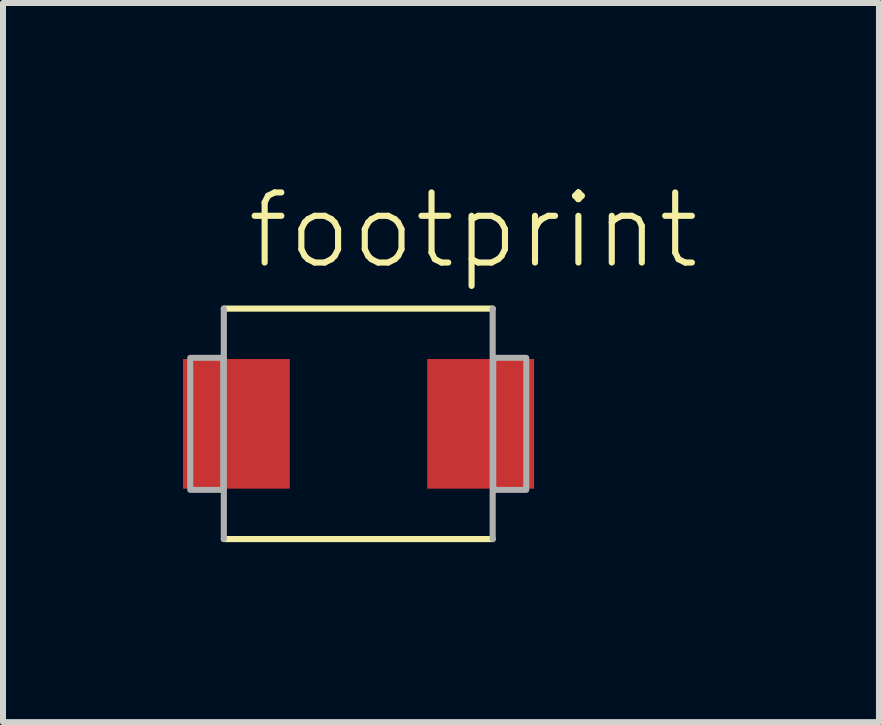
<source format=kicad_pcb>
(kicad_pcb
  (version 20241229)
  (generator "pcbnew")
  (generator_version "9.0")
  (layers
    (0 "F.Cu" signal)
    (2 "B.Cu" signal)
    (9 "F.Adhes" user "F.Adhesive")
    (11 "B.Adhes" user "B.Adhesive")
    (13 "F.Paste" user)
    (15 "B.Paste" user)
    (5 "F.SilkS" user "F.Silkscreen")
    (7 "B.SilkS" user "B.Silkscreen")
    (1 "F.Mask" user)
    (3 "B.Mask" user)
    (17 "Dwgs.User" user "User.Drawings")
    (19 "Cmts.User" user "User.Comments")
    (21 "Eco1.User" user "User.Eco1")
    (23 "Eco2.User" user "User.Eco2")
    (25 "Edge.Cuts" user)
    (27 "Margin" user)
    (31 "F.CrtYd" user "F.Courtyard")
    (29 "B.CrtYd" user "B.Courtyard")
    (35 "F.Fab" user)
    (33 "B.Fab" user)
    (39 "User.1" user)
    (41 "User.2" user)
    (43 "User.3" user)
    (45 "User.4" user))
  (footprint "footprint"
    (layer "F.Cu")
    (at 2.92 4.013)
    (property "Reference" "footprint" (at -1.905 -2.54 0) (layer "F.SilkS") (effects (font (size 1.168 1.168) (thickness 0.102)) (justify left bottom)))
    (fp_line (start -2.24 -1.92) (end 2.24 -1.92) (stroke (width 0.102) (type solid)) (layer "F.SilkS"))
    (fp_line (start 2.24 1.92) (end -2.24 1.92) (stroke (width 0.102) (type solid)) (layer "F.SilkS"))
    (fp_line (start -2.24 1.92) (end -2.24 -1.92) (stroke (width 0.102) (type solid)) (layer "F.Fab"))
    (fp_line (start 2.24 -1.92) (end 2.24 1.92) (stroke (width 0.102) (type solid)) (layer "F.Fab"))
    (fp_poly (pts (xy -2.8 1.1) (xy -2.25 1.1) (xy -2.25 -1.1) (xy -2.8 -1.1)) (stroke (width 0.1) (type solid)) (fill no) (layer "F.Fab"))
    (fp_poly (pts (xy 2.25 1.1) (xy 2.8 1.1) (xy 2.8 -1.1) (xy 2.25 -1.1)) (stroke (width 0.1) (type solid)) (fill no) (layer "F.Fab"))
    (pad "A" smd rect (at 2.04 0 180) (size 1.78 2.16) (layers "F.Cu" "F.Mask" "F.Paste"))
    (pad "C" smd rect (at -2.03 0) (size 1.78 2.16) (layers "F.Cu" "F.Mask" "F.Paste")))
  (gr_rect
    (start -3 -3)
    (end 11.597 8.984)
    (stroke (width 0.1) (type default))
    (fill no)
    (layer "Edge.Cuts")))
</source>
